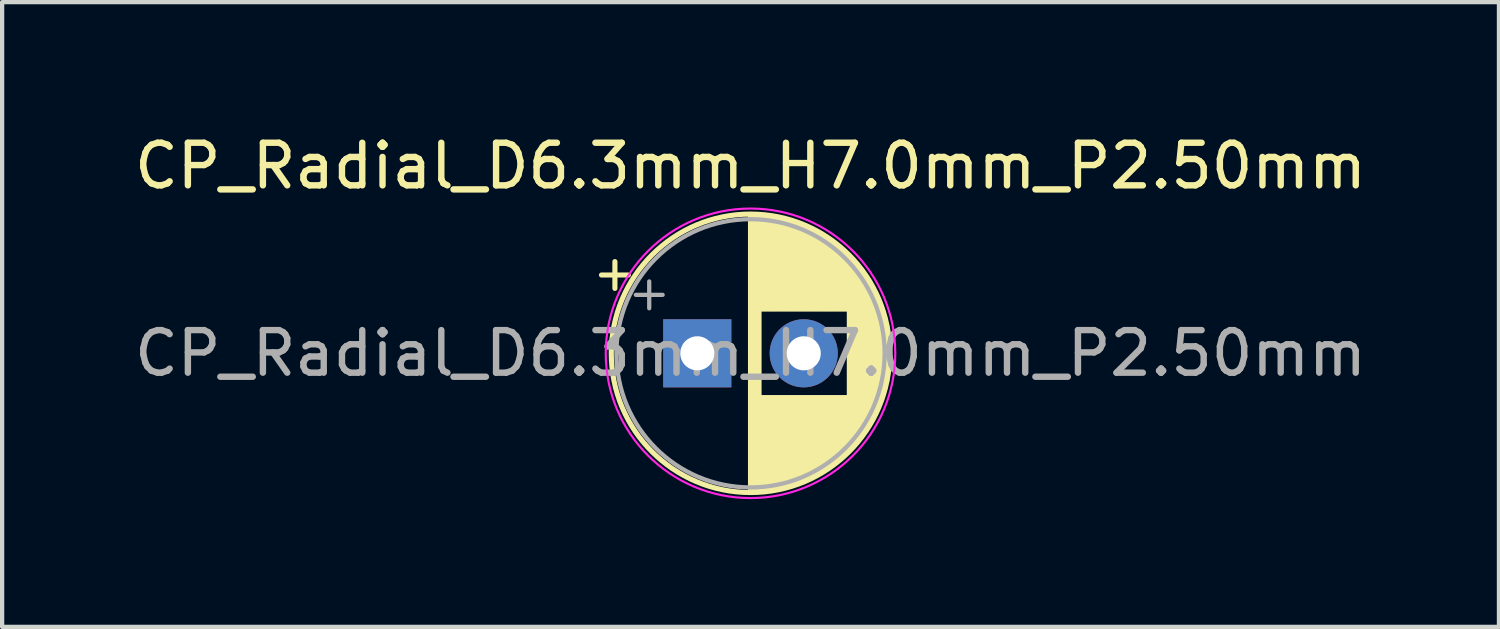
<source format=kicad_pcb>
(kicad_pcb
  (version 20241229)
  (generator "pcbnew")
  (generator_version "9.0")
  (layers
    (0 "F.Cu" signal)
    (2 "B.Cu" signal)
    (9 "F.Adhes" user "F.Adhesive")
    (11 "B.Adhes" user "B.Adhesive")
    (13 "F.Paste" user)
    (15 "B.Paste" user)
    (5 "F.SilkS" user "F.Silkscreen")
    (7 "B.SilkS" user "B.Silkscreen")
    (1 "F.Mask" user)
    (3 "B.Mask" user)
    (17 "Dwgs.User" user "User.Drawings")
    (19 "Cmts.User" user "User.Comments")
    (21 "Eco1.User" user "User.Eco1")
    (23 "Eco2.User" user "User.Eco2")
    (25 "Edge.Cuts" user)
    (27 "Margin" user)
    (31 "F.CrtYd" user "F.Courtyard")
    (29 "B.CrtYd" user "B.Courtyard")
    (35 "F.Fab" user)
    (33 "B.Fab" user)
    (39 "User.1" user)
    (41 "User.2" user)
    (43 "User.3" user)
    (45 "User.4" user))
  (footprint "CP_Radial_D6.3mm_H7.0mm_P2.50mm"
    (layer "F.Cu")
    (at 13.327 5.248)
    (property "Reference" "CP_Radial_D6.3mm_H7.0mm_P2.50mm" (at 1.25 -4.4 0) (layer "F.SilkS") (effects (font (size 1 1) (thickness 0.15))))
    (attr through_hole)
    (fp_line (start -2.25 -1.839) (end -1.62 -1.839) (stroke (width 0.12) (type solid)) (layer "F.SilkS"))
    (fp_line (start -1.935 -2.154) (end -1.935 -1.524) (stroke (width 0.12) (type solid)) (layer "F.SilkS"))
    (fp_line (start 1.25 -3.23) (end 1.25 3.23) (stroke (width 0.12) (type solid)) (layer "F.SilkS"))
    (fp_line (start 1.29 -3.23) (end 1.29 3.23) (stroke (width 0.12) (type solid)) (layer "F.SilkS"))
    (fp_line (start 1.33 -3.23) (end 1.33 3.23) (stroke (width 0.12) (type solid)) (layer "F.SilkS"))
    (fp_line (start 1.37 -3.228) (end 1.37 3.228) (stroke (width 0.12) (type solid)) (layer "F.SilkS"))
    (fp_line (start 1.41 -3.227) (end 1.41 3.227) (stroke (width 0.12) (type solid)) (layer "F.SilkS"))
    (fp_line (start 1.45 -3.224) (end 1.45 3.224) (stroke (width 0.12) (type solid)) (layer "F.SilkS"))
    (fp_line (start 1.49 -3.222) (end 1.49 -1.04) (stroke (width 0.12) (type solid)) (layer "F.SilkS"))
    (fp_line (start 1.49 1.04) (end 1.49 3.222) (stroke (width 0.12) (type solid)) (layer "F.SilkS"))
    (fp_line (start 1.53 -3.218) (end 1.53 -1.04) (stroke (width 0.12) (type solid)) (layer "F.SilkS"))
    (fp_line (start 1.53 1.04) (end 1.53 3.218) (stroke (width 0.12) (type solid)) (layer "F.SilkS"))
    (fp_line (start 1.57 -3.215) (end 1.57 -1.04) (stroke (width 0.12) (type solid)) (layer "F.SilkS"))
    (fp_line (start 1.57 1.04) (end 1.57 3.215) (stroke (width 0.12) (type solid)) (layer "F.SilkS"))
    (fp_line (start 1.61 -3.211) (end 1.61 -1.04) (stroke (width 0.12) (type solid)) (layer "F.SilkS"))
    (fp_line (start 1.61 1.04) (end 1.61 3.211) (stroke (width 0.12) (type solid)) (layer "F.SilkS"))
    (fp_line (start 1.65 -3.206) (end 1.65 -1.04) (stroke (width 0.12) (type solid)) (layer "F.SilkS"))
    (fp_line (start 1.65 1.04) (end 1.65 3.206) (stroke (width 0.12) (type solid)) (layer "F.SilkS"))
    (fp_line (start 1.69 -3.201) (end 1.69 -1.04) (stroke (width 0.12) (type solid)) (layer "F.SilkS"))
    (fp_line (start 1.69 1.04) (end 1.69 3.201) (stroke (width 0.12) (type solid)) (layer "F.SilkS"))
    (fp_line (start 1.73 -3.195) (end 1.73 -1.04) (stroke (width 0.12) (type solid)) (layer "F.SilkS"))
    (fp_line (start 1.73 1.04) (end 1.73 3.195) (stroke (width 0.12) (type solid)) (layer "F.SilkS"))
    (fp_line (start 1.77 -3.189) (end 1.77 -1.04) (stroke (width 0.12) (type solid)) (layer "F.SilkS"))
    (fp_line (start 1.77 1.04) (end 1.77 3.189) (stroke (width 0.12) (type solid)) (layer "F.SilkS"))
    (fp_line (start 1.81 -3.182) (end 1.81 -1.04) (stroke (width 0.12) (type solid)) (layer "F.SilkS"))
    (fp_line (start 1.81 1.04) (end 1.81 3.182) (stroke (width 0.12) (type solid)) (layer "F.SilkS"))
    (fp_line (start 1.85 -3.175) (end 1.85 -1.04) (stroke (width 0.12) (type solid)) (layer "F.SilkS"))
    (fp_line (start 1.85 1.04) (end 1.85 3.175) (stroke (width 0.12) (type solid)) (layer "F.SilkS"))
    (fp_line (start 1.89 -3.167) (end 1.89 -1.04) (stroke (width 0.12) (type solid)) (layer "F.SilkS"))
    (fp_line (start 1.89 1.04) (end 1.89 3.167) (stroke (width 0.12) (type solid)) (layer "F.SilkS"))
    (fp_line (start 1.93 -3.159) (end 1.93 -1.04) (stroke (width 0.12) (type solid)) (layer "F.SilkS"))
    (fp_line (start 1.93 1.04) (end 1.93 3.159) (stroke (width 0.12) (type solid)) (layer "F.SilkS"))
    (fp_line (start 1.971 -3.15) (end 1.971 -1.04) (stroke (width 0.12) (type solid)) (layer "F.SilkS"))
    (fp_line (start 1.971 1.04) (end 1.971 3.15) (stroke (width 0.12) (type solid)) (layer "F.SilkS"))
    (fp_line (start 2.011 -3.141) (end 2.011 -1.04) (stroke (width 0.12) (type solid)) (layer "F.SilkS"))
    (fp_line (start 2.011 1.04) (end 2.011 3.141) (stroke (width 0.12) (type solid)) (layer "F.SilkS"))
    (fp_line (start 2.051 -3.131) (end 2.051 -1.04) (stroke (width 0.12) (type solid)) (layer "F.SilkS"))
    (fp_line (start 2.051 1.04) (end 2.051 3.131) (stroke (width 0.12) (type solid)) (layer "F.SilkS"))
    (fp_line (start 2.091 -3.121) (end 2.091 -1.04) (stroke (width 0.12) (type solid)) (layer "F.SilkS"))
    (fp_line (start 2.091 1.04) (end 2.091 3.121) (stroke (width 0.12) (type solid)) (layer "F.SilkS"))
    (fp_line (start 2.131 -3.11) (end 2.131 -1.04) (stroke (width 0.12) (type solid)) (layer "F.SilkS"))
    (fp_line (start 2.131 1.04) (end 2.131 3.11) (stroke (width 0.12) (type solid)) (layer "F.SilkS"))
    (fp_line (start 2.171 -3.098) (end 2.171 -1.04) (stroke (width 0.12) (type solid)) (layer "F.SilkS"))
    (fp_line (start 2.171 1.04) (end 2.171 3.098) (stroke (width 0.12) (type solid)) (layer "F.SilkS"))
    (fp_line (start 2.211 -3.086) (end 2.211 -1.04) (stroke (width 0.12) (type solid)) (layer "F.SilkS"))
    (fp_line (start 2.211 1.04) (end 2.211 3.086) (stroke (width 0.12) (type solid)) (layer "F.SilkS"))
    (fp_line (start 2.251 -3.074) (end 2.251 -1.04) (stroke (width 0.12) (type solid)) (layer "F.SilkS"))
    (fp_line (start 2.251 1.04) (end 2.251 3.074) (stroke (width 0.12) (type solid)) (layer "F.SilkS"))
    (fp_line (start 2.291 -3.061) (end 2.291 -1.04) (stroke (width 0.12) (type solid)) (layer "F.SilkS"))
    (fp_line (start 2.291 1.04) (end 2.291 3.061) (stroke (width 0.12) (type solid)) (layer "F.SilkS"))
    (fp_line (start 2.331 -3.047) (end 2.331 -1.04) (stroke (width 0.12) (type solid)) (layer "F.SilkS"))
    (fp_line (start 2.331 1.04) (end 2.331 3.047) (stroke (width 0.12) (type solid)) (layer "F.SilkS"))
    (fp_line (start 2.371 -3.033) (end 2.371 -1.04) (stroke (width 0.12) (type solid)) (layer "F.SilkS"))
    (fp_line (start 2.371 1.04) (end 2.371 3.033) (stroke (width 0.12) (type solid)) (layer "F.SilkS"))
    (fp_line (start 2.411 -3.018) (end 2.411 -1.04) (stroke (width 0.12) (type solid)) (layer "F.SilkS"))
    (fp_line (start 2.411 1.04) (end 2.411 3.018) (stroke (width 0.12) (type solid)) (layer "F.SilkS"))
    (fp_line (start 2.451 -3.002) (end 2.451 -1.04) (stroke (width 0.12) (type solid)) (layer "F.SilkS"))
    (fp_line (start 2.451 1.04) (end 2.451 3.002) (stroke (width 0.12) (type solid)) (layer "F.SilkS"))
    (fp_line (start 2.491 -2.986) (end 2.491 -1.04) (stroke (width 0.12) (type solid)) (layer "F.SilkS"))
    (fp_line (start 2.491 1.04) (end 2.491 2.986) (stroke (width 0.12) (type solid)) (layer "F.SilkS"))
    (fp_line (start 2.531 -2.97) (end 2.531 -1.04) (stroke (width 0.12) (type solid)) (layer "F.SilkS"))
    (fp_line (start 2.531 1.04) (end 2.531 2.97) (stroke (width 0.12) (type solid)) (layer "F.SilkS"))
    (fp_line (start 2.571 -2.952) (end 2.571 -1.04) (stroke (width 0.12) (type solid)) (layer "F.SilkS"))
    (fp_line (start 2.571 1.04) (end 2.571 2.952) (stroke (width 0.12) (type solid)) (layer "F.SilkS"))
    (fp_line (start 2.611 -2.934) (end 2.611 -1.04) (stroke (width 0.12) (type solid)) (layer "F.SilkS"))
    (fp_line (start 2.611 1.04) (end 2.611 2.934) (stroke (width 0.12) (type solid)) (layer "F.SilkS"))
    (fp_line (start 2.651 -2.916) (end 2.651 -1.04) (stroke (width 0.12) (type solid)) (layer "F.SilkS"))
    (fp_line (start 2.651 1.04) (end 2.651 2.916) (stroke (width 0.12) (type solid)) (layer "F.SilkS"))
    (fp_line (start 2.691 -2.896) (end 2.691 -1.04) (stroke (width 0.12) (type solid)) (layer "F.SilkS"))
    (fp_line (start 2.691 1.04) (end 2.691 2.896) (stroke (width 0.12) (type solid)) (layer "F.SilkS"))
    (fp_line (start 2.731 -2.876) (end 2.731 -1.04) (stroke (width 0.12) (type solid)) (layer "F.SilkS"))
    (fp_line (start 2.731 1.04) (end 2.731 2.876) (stroke (width 0.12) (type solid)) (layer "F.SilkS"))
    (fp_line (start 2.771 -2.856) (end 2.771 -1.04) (stroke (width 0.12) (type solid)) (layer "F.SilkS"))
    (fp_line (start 2.771 1.04) (end 2.771 2.856) (stroke (width 0.12) (type solid)) (layer "F.SilkS"))
    (fp_line (start 2.811 -2.834) (end 2.811 -1.04) (stroke (width 0.12) (type solid)) (layer "F.SilkS"))
    (fp_line (start 2.811 1.04) (end 2.811 2.834) (stroke (width 0.12) (type solid)) (layer "F.SilkS"))
    (fp_line (start 2.851 -2.812) (end 2.851 -1.04) (stroke (width 0.12) (type solid)) (layer "F.SilkS"))
    (fp_line (start 2.851 1.04) (end 2.851 2.812) (stroke (width 0.12) (type solid)) (layer "F.SilkS"))
    (fp_line (start 2.891 -2.79) (end 2.891 -1.04) (stroke (width 0.12) (type solid)) (layer "F.SilkS"))
    (fp_line (start 2.891 1.04) (end 2.891 2.79) (stroke (width 0.12) (type solid)) (layer "F.SilkS"))
    (fp_line (start 2.931 -2.766) (end 2.931 -1.04) (stroke (width 0.12) (type solid)) (layer "F.SilkS"))
    (fp_line (start 2.931 1.04) (end 2.931 2.766) (stroke (width 0.12) (type solid)) (layer "F.SilkS"))
    (fp_line (start 2.971 -2.742) (end 2.971 -1.04) (stroke (width 0.12) (type solid)) (layer "F.SilkS"))
    (fp_line (start 2.971 1.04) (end 2.971 2.742) (stroke (width 0.12) (type solid)) (layer "F.SilkS"))
    (fp_line (start 3.011 -2.716) (end 3.011 -1.04) (stroke (width 0.12) (type solid)) (layer "F.SilkS"))
    (fp_line (start 3.011 1.04) (end 3.011 2.716) (stroke (width 0.12) (type solid)) (layer "F.SilkS"))
    (fp_line (start 3.051 -2.69) (end 3.051 -1.04) (stroke (width 0.12) (type solid)) (layer "F.SilkS"))
    (fp_line (start 3.051 1.04) (end 3.051 2.69) (stroke (width 0.12) (type solid)) (layer "F.SilkS"))
    (fp_line (start 3.091 -2.664) (end 3.091 -1.04) (stroke (width 0.12) (type solid)) (layer "F.SilkS"))
    (fp_line (start 3.091 1.04) (end 3.091 2.664) (stroke (width 0.12) (type solid)) (layer "F.SilkS"))
    (fp_line (start 3.131 -2.636) (end 3.131 -1.04) (stroke (width 0.12) (type solid)) (layer "F.SilkS"))
    (fp_line (start 3.131 1.04) (end 3.131 2.636) (stroke (width 0.12) (type solid)) (layer "F.SilkS"))
    (fp_line (start 3.171 -2.607) (end 3.171 -1.04) (stroke (width 0.12) (type solid)) (layer "F.SilkS"))
    (fp_line (start 3.171 1.04) (end 3.171 2.607) (stroke (width 0.12) (type solid)) (layer "F.SilkS"))
    (fp_line (start 3.211 -2.578) (end 3.211 -1.04) (stroke (width 0.12) (type solid)) (layer "F.SilkS"))
    (fp_line (start 3.211 1.04) (end 3.211 2.578) (stroke (width 0.12) (type solid)) (layer "F.SilkS"))
    (fp_line (start 3.251 -2.548) (end 3.251 -1.04) (stroke (width 0.12) (type solid)) (layer "F.SilkS"))
    (fp_line (start 3.251 1.04) (end 3.251 2.548) (stroke (width 0.12) (type solid)) (layer "F.SilkS"))
    (fp_line (start 3.291 -2.516) (end 3.291 -1.04) (stroke (width 0.12) (type solid)) (layer "F.SilkS"))
    (fp_line (start 3.291 1.04) (end 3.291 2.516) (stroke (width 0.12) (type solid)) (layer "F.SilkS"))
    (fp_line (start 3.331 -2.484) (end 3.331 -1.04) (stroke (width 0.12) (type solid)) (layer "F.SilkS"))
    (fp_line (start 3.331 1.04) (end 3.331 2.484) (stroke (width 0.12) (type solid)) (layer "F.SilkS"))
    (fp_line (start 3.371 -2.45) (end 3.371 -1.04) (stroke (width 0.12) (type solid)) (layer "F.SilkS"))
    (fp_line (start 3.371 1.04) (end 3.371 2.45) (stroke (width 0.12) (type solid)) (layer "F.SilkS"))
    (fp_line (start 3.411 -2.416) (end 3.411 -1.04) (stroke (width 0.12) (type solid)) (layer "F.SilkS"))
    (fp_line (start 3.411 1.04) (end 3.411 2.416) (stroke (width 0.12) (type solid)) (layer "F.SilkS"))
    (fp_line (start 3.451 -2.38) (end 3.451 -1.04) (stroke (width 0.12) (type solid)) (layer "F.SilkS"))
    (fp_line (start 3.451 1.04) (end 3.451 2.38) (stroke (width 0.12) (type solid)) (layer "F.SilkS"))
    (fp_line (start 3.491 -2.343) (end 3.491 -1.04) (stroke (width 0.12) (type solid)) (layer "F.SilkS"))
    (fp_line (start 3.491 1.04) (end 3.491 2.343) (stroke (width 0.12) (type solid)) (layer "F.SilkS"))
    (fp_line (start 3.531 -2.305) (end 3.531 -1.04) (stroke (width 0.12) (type solid)) (layer "F.SilkS"))
    (fp_line (start 3.531 1.04) (end 3.531 2.305) (stroke (width 0.12) (type solid)) (layer "F.SilkS"))
    (fp_line (start 3.571 -2.265) (end 3.571 2.265) (stroke (width 0.12) (type solid)) (layer "F.SilkS"))
    (fp_line (start 3.611 -2.224) (end 3.611 2.224) (stroke (width 0.12) (type solid)) (layer "F.SilkS"))
    (fp_line (start 3.651 -2.182) (end 3.651 2.182) (stroke (width 0.12) (type solid)) (layer "F.SilkS"))
    (fp_line (start 3.691 -2.137) (end 3.691 2.137) (stroke (width 0.12) (type solid)) (layer "F.SilkS"))
    (fp_line (start 3.731 -2.092) (end 3.731 2.092) (stroke (width 0.12) (type solid)) (layer "F.SilkS"))
    (fp_line (start 3.771 -2.044) (end 3.771 2.044) (stroke (width 0.12) (type solid)) (layer "F.SilkS"))
    (fp_line (start 3.811 -1.995) (end 3.811 1.995) (stroke (width 0.12) (type solid)) (layer "F.SilkS"))
    (fp_line (start 3.851 -1.944) (end 3.851 1.944) (stroke (width 0.12) (type solid)) (layer "F.SilkS"))
    (fp_line (start 3.891 -1.89) (end 3.891 1.89) (stroke (width 0.12) (type solid)) (layer "F.SilkS"))
    (fp_line (start 3.931 -1.834) (end 3.931 1.834) (stroke (width 0.12) (type solid)) (layer "F.SilkS"))
    (fp_line (start 3.971 -1.776) (end 3.971 1.776) (stroke (width 0.12) (type solid)) (layer "F.SilkS"))
    (fp_line (start 4.011 -1.714) (end 4.011 1.714) (stroke (width 0.12) (type solid)) (layer "F.SilkS"))
    (fp_line (start 4.051 -1.65) (end 4.051 1.65) (stroke (width 0.12) (type solid)) (layer "F.SilkS"))
    (fp_line (start 4.091 -1.581) (end 4.091 1.581) (stroke (width 0.12) (type solid)) (layer "F.SilkS"))
    (fp_line (start 4.131 -1.509) (end 4.131 1.509) (stroke (width 0.12) (type solid)) (layer "F.SilkS"))
    (fp_line (start 4.171 -1.432) (end 4.171 1.432) (stroke (width 0.12) (type solid)) (layer "F.SilkS"))
    (fp_line (start 4.211 -1.35) (end 4.211 1.35) (stroke (width 0.12) (type solid)) (layer "F.SilkS"))
    (fp_line (start 4.251 -1.262) (end 4.251 1.262) (stroke (width 0.12) (type solid)) (layer "F.SilkS"))
    (fp_line (start 4.291 -1.165) (end 4.291 1.165) (stroke (width 0.12) (type solid)) (layer "F.SilkS"))
    (fp_line (start 4.331 -1.059) (end 4.331 1.059) (stroke (width 0.12) (type solid)) (layer "F.SilkS"))
    (fp_line (start 4.371 -0.94) (end 4.371 0.94) (stroke (width 0.12) (type solid)) (layer "F.SilkS"))
    (fp_line (start 4.411 -0.802) (end 4.411 0.802) (stroke (width 0.12) (type solid)) (layer "F.SilkS"))
    (fp_line (start 4.451 -0.633) (end 4.451 0.633) (stroke (width 0.12) (type solid)) (layer "F.SilkS"))
    (fp_line (start 4.491 -0.402) (end 4.491 0.402) (stroke (width 0.12) (type solid)) (layer "F.SilkS"))
    (fp_circle (center 1.25 0) (end 4.52 0) (stroke (width 0.12) (type solid)) (fill no) (layer "F.SilkS"))
    (fp_circle (center 1.25 0) (end 4.65 0) (stroke (width 0.05) (type solid)) (fill no) (layer "F.CrtYd"))
    (fp_line (start -1.444 -1.373) (end -0.814 -1.373) (stroke (width 0.1) (type solid)) (layer "F.Fab"))
    (fp_line (start -1.129 -1.688) (end -1.129 -1.058) (stroke (width 0.1) (type solid)) (layer "F.Fab"))
    (fp_circle (center 1.25 0) (end 4.4 0) (stroke (width 0.1) (type solid)) (fill no) (layer "F.Fab"))
    (fp_text user "${REFERENCE}" (at 1.25 0 0) (layer "F.Fab") (effects (font (size 1 1) (thickness 0.15))))
    (pad "1" thru_hole rect (at 0 0) (size 1.6 1.6) (drill 0.8) (layers "*.Cu" "*.Mask"))
    (pad "2" thru_hole circle (at 2.5 0) (size 1.6 1.6) (drill 0.8) (layers "*.Cu" "*.Mask")))
  (gr_rect
    (start -3 -3)
    (end 32.155 11.673)
    (stroke (width 0.1) (type default))
    (fill no)
    (layer "Edge.Cuts")))
</source>
